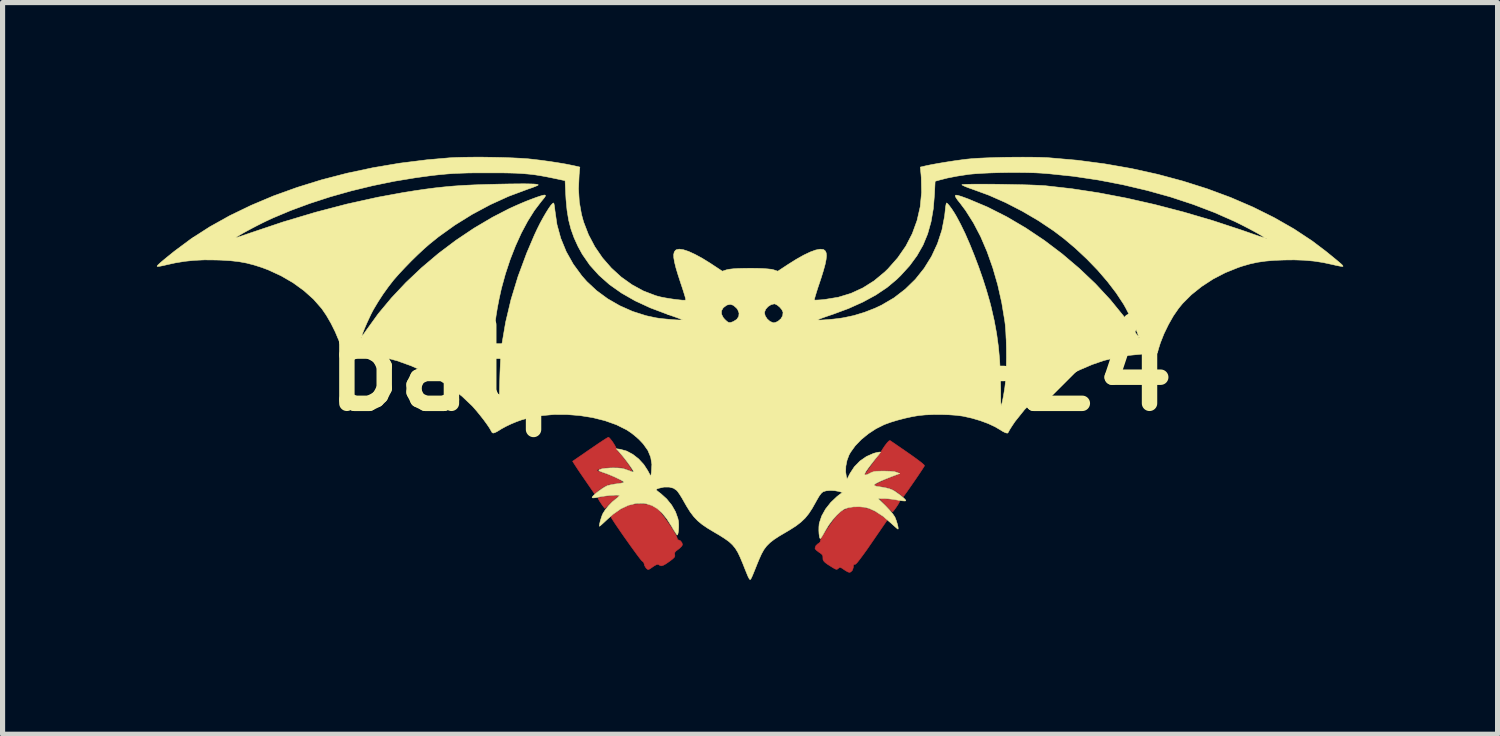
<source format=kicad_pcb>
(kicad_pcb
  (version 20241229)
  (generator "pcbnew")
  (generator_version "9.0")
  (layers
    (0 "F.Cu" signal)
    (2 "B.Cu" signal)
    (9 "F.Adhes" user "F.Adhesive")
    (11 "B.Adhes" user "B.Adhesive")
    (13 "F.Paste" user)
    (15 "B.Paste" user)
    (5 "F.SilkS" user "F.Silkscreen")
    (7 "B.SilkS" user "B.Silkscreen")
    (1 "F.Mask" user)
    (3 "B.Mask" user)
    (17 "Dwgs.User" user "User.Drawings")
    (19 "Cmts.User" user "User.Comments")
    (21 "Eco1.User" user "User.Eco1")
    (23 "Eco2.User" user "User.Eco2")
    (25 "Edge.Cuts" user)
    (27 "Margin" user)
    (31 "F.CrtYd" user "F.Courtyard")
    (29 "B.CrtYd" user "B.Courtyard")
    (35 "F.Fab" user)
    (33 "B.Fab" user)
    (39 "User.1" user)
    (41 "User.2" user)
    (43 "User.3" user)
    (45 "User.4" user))
  (footprint "batpacked-24"
    (layer "F.Cu")
    (at 11.531 4.101)
    (property "Reference" "batpacked-24" (at 0 0 0) (layer "F.SilkS") (effects (font (size 1.524 1.524) (thickness 0.3))))
    (attr through_hole)
    (fp_poly (pts (xy -2.549 2.489) (xy -2.601 2.526) (xy -2.642 2.559) (xy -2.693 2.607) (xy -2.735 2.648) (xy -2.777 2.691) (xy -2.809 2.721) (xy -2.823 2.732) (xy -2.835 2.718) (xy -2.862 2.683) (xy -2.896 2.635) (xy -2.896 2.634) (xy -2.929 2.585) (xy -2.95 2.547) (xy -2.956 2.529) (xy -2.956 2.529) (xy -2.932 2.52) (xy -2.882 2.511) (xy -2.818 2.501) (xy -2.747 2.494) (xy -2.68 2.489) (xy -2.645 2.488) (xy -2.549 2.489)) (stroke (width 0.01) (type solid)) (fill yes) (layer "F.Cu"))
    (fp_poly (pts (xy 2.595 2.546) (xy 2.66 2.552) (xy 2.704 2.556) (xy 2.778 2.564) (xy 2.84 2.571) (xy 2.88 2.574) (xy 2.89 2.575) (xy 2.907 2.589) (xy 2.908 2.594) (xy 2.899 2.616) (xy 2.876 2.656) (xy 2.845 2.703) (xy 2.813 2.748) (xy 2.786 2.784) (xy 2.769 2.8) (xy 2.768 2.8) (xy 2.752 2.787) (xy 2.719 2.754) (xy 2.672 2.708) (xy 2.64 2.675) (xy 2.59 2.623) (xy 2.552 2.58) (xy 2.531 2.553) (xy 2.528 2.546) (xy 2.548 2.544) (xy 2.595 2.546)) (stroke (width 0.01) (type solid)) (fill yes) (layer "F.Cu"))
    (fp_poly (pts (xy 2.18 2.708) (xy 2.324 2.747) (xy 2.471 2.819) (xy 2.617 2.92) (xy 2.666 2.959) (xy 2.371 3.388) (xy 2.274 3.529) (xy 2.192 3.642) (xy 2.128 3.728) (xy 2.082 3.786) (xy 2.053 3.815) (xy 2.045 3.818) (xy 2.018 3.825) (xy 2.012 3.832) (xy 2.009 3.858) (xy 2.006 3.884) (xy 1.989 3.935) (xy 1.957 3.968) (xy 1.929 3.976) (xy 1.899 3.966) (xy 1.854 3.941) (xy 1.825 3.921) (xy 1.78 3.891) (xy 1.753 3.879) (xy 1.733 3.884) (xy 1.716 3.898) (xy 1.696 3.914) (xy 1.675 3.917) (xy 1.645 3.905) (xy 1.596 3.876) (xy 1.59 3.872) (xy 1.512 3.823) (xy 1.461 3.786) (xy 1.431 3.754) (xy 1.417 3.724) (xy 1.416 3.691) (xy 1.414 3.655) (xy 1.398 3.628) (xy 1.361 3.598) (xy 1.34 3.585) (xy 1.296 3.552) (xy 1.267 3.521) (xy 1.262 3.506) (xy 1.278 3.459) (xy 1.317 3.421) (xy 1.336 3.411) (xy 1.362 3.386) (xy 1.366 3.368) (xy 1.37 3.349) (xy 1.382 3.321) (xy 1.405 3.281) (xy 1.441 3.224) (xy 1.492 3.147) (xy 1.56 3.047) (xy 1.596 2.995) (xy 1.676 2.889) (xy 1.747 2.816) (xy 1.785 2.786) (xy 1.909 2.727) (xy 2.041 2.701) (xy 2.18 2.708)) (stroke (width 0.01) (type solid)) (fill yes) (layer "F.Cu"))
    (fp_poly (pts (xy -2.734 1.362) (xy -2.705 1.396) (xy -2.671 1.441) (xy -2.64 1.49) (xy -2.615 1.533) (xy -2.604 1.561) (xy -2.605 1.566) (xy -2.6 1.584) (xy -2.576 1.617) (xy -2.546 1.651) (xy -2.503 1.7) (xy -2.457 1.758) (xy -2.41 1.82) (xy -2.367 1.881) (xy -2.332 1.936) (xy -2.308 1.978) (xy -2.298 2.003) (xy -2.304 2.006) (xy -2.402 1.967) (xy -2.482 1.943) (xy -2.558 1.932) (xy -2.643 1.93) (xy -2.698 1.932) (xy -2.794 1.941) (xy -2.875 1.953) (xy -2.936 1.968) (xy -2.971 1.984) (xy -2.978 1.994) (xy -2.962 2.005) (xy -2.921 2.022) (xy -2.864 2.042) (xy -2.856 2.045) (xy -2.774 2.073) (xy -2.693 2.105) (xy -2.618 2.138) (xy -2.555 2.17) (xy -2.51 2.197) (xy -2.488 2.216) (xy -2.489 2.224) (xy -2.519 2.233) (xy -2.571 2.242) (xy -2.623 2.248) (xy -2.739 2.268) (xy -2.835 2.306) (xy -2.927 2.367) (xy -2.943 2.381) (xy -3.023 2.448) (xy -3.239 2.134) (xy -3.302 2.042) (xy -3.357 1.96) (xy -3.401 1.893) (xy -3.432 1.844) (xy -3.448 1.818) (xy -3.449 1.815) (xy -3.432 1.804) (xy -3.394 1.777) (xy -3.34 1.74) (xy -3.302 1.714) (xy -3.156 1.613) (xy -3.036 1.531) (xy -2.941 1.466) (xy -2.867 1.417) (xy -2.814 1.383) (xy -2.778 1.361) (xy -2.757 1.35) (xy -2.752 1.349) (xy -2.734 1.362)) (stroke (width 0.01) (type solid)) (fill yes) (layer "F.Cu"))
    (fp_poly (pts (xy 2.741 1.426) (xy 2.785 1.456) (xy 2.849 1.5) (xy 2.929 1.555) (xy 3.021 1.618) (xy 3.071 1.653) (xy 3.185 1.733) (xy 3.276 1.8) (xy 3.342 1.851) (xy 3.381 1.886) (xy 3.391 1.903) (xy 3.378 1.925) (xy 3.35 1.969) (xy 3.309 2.031) (xy 3.26 2.104) (xy 3.206 2.183) (xy 3.15 2.264) (xy 3.097 2.34) (xy 3.05 2.408) (xy 3.011 2.461) (xy 2.986 2.495) (xy 2.978 2.504) (xy 2.961 2.493) (xy 2.927 2.467) (xy 2.908 2.451) (xy 2.823 2.389) (xy 2.734 2.346) (xy 2.629 2.319) (xy 2.571 2.31) (xy 2.504 2.3) (xy 2.452 2.292) (xy 2.423 2.286) (xy 2.42 2.285) (xy 2.43 2.274) (xy 2.466 2.254) (xy 2.521 2.226) (xy 2.588 2.194) (xy 2.66 2.162) (xy 2.732 2.132) (xy 2.789 2.111) (xy 2.85 2.087) (xy 2.895 2.066) (xy 2.915 2.051) (xy 2.916 2.048) (xy 2.886 2.029) (xy 2.827 2.013) (xy 2.742 2.002) (xy 2.639 1.997) (xy 2.605 1.997) (xy 2.514 1.999) (xy 2.446 2.005) (xy 2.388 2.019) (xy 2.331 2.039) (xy 2.228 2.081) (xy 2.334 1.929) (xy 2.385 1.857) (xy 2.435 1.788) (xy 2.477 1.731) (xy 2.494 1.709) (xy 2.526 1.667) (xy 2.545 1.636) (xy 2.549 1.628) (xy 2.558 1.609) (xy 2.583 1.57) (xy 2.618 1.518) (xy 2.624 1.509) (xy 2.668 1.452) (xy 2.702 1.419) (xy 2.721 1.413) (xy 2.741 1.426)) (stroke (width 0.01) (type solid)) (fill yes) (layer "F.Cu"))
    (fp_poly (pts (xy -2.06 2.649) (xy -1.974 2.661) (xy -1.939 2.67) (xy -1.879 2.697) (xy -1.818 2.731) (xy -1.812 2.735) (xy -1.781 2.764) (xy -1.738 2.815) (xy -1.686 2.882) (xy -1.629 2.96) (xy -1.572 3.042) (xy -1.519 3.123) (xy -1.473 3.196) (xy -1.439 3.256) (xy -1.421 3.297) (xy -1.419 3.307) (xy -1.408 3.339) (xy -1.39 3.346) (xy -1.354 3.361) (xy -1.325 3.397) (xy -1.314 3.438) (xy -1.328 3.465) (xy -1.363 3.501) (xy -1.394 3.526) (xy -1.44 3.561) (xy -1.462 3.587) (xy -1.467 3.615) (xy -1.464 3.631) (xy -1.462 3.658) (xy -1.472 3.682) (xy -1.5 3.71) (xy -1.55 3.75) (xy -1.56 3.757) (xy -1.636 3.81) (xy -1.691 3.84) (xy -1.729 3.849) (xy -1.755 3.84) (xy -1.757 3.838) (xy -1.784 3.821) (xy -1.819 3.825) (xy -1.867 3.852) (xy -1.895 3.871) (xy -1.943 3.905) (xy -1.973 3.92) (xy -1.995 3.916) (xy -2.018 3.895) (xy -2.025 3.887) (xy -2.05 3.846) (xy -2.058 3.812) (xy -2.073 3.775) (xy -2.095 3.759) (xy -2.112 3.742) (xy -2.146 3.7) (xy -2.193 3.638) (xy -2.25 3.56) (xy -2.314 3.472) (xy -2.382 3.376) (xy -2.451 3.279) (xy -2.517 3.184) (xy -2.578 3.095) (xy -2.63 3.018) (xy -2.67 2.956) (xy -2.695 2.915) (xy -2.702 2.899) (xy -2.689 2.879) (xy -2.652 2.848) (xy -2.598 2.809) (xy -2.534 2.768) (xy -2.467 2.729) (xy -2.404 2.697) (xy -2.353 2.675) (xy -2.345 2.672) (xy -2.259 2.655) (xy -2.16 2.647) (xy -2.06 2.649)) (stroke (width 0.01) (type solid)) (fill yes) (layer "F.Cu"))
    (fp_poly (pts (xy -2.549 2.489) (xy -2.601 2.526) (xy -2.642 2.559) (xy -2.693 2.607) (xy -2.735 2.648) (xy -2.777 2.691) (xy -2.809 2.721) (xy -2.823 2.732) (xy -2.835 2.718) (xy -2.862 2.683) (xy -2.896 2.635) (xy -2.896 2.634) (xy -2.929 2.585) (xy -2.95 2.547) (xy -2.956 2.529) (xy -2.956 2.529) (xy -2.932 2.52) (xy -2.882 2.511) (xy -2.818 2.501) (xy -2.747 2.494) (xy -2.68 2.489) (xy -2.645 2.488) (xy -2.549 2.489)) (stroke (width 0.01) (type solid)) (fill yes) (layer "F.Mask"))
    (fp_poly (pts (xy 2.595 2.546) (xy 2.66 2.552) (xy 2.704 2.556) (xy 2.778 2.564) (xy 2.84 2.571) (xy 2.88 2.574) (xy 2.89 2.575) (xy 2.907 2.589) (xy 2.908 2.594) (xy 2.899 2.616) (xy 2.876 2.656) (xy 2.845 2.703) (xy 2.813 2.748) (xy 2.786 2.784) (xy 2.769 2.8) (xy 2.768 2.8) (xy 2.752 2.787) (xy 2.719 2.754) (xy 2.672 2.708) (xy 2.64 2.675) (xy 2.59 2.623) (xy 2.552 2.58) (xy 2.531 2.553) (xy 2.528 2.546) (xy 2.548 2.544) (xy 2.595 2.546)) (stroke (width 0.01) (type solid)) (fill yes) (layer "F.Mask"))
    (fp_poly (pts (xy 2.18 2.708) (xy 2.324 2.747) (xy 2.471 2.819) (xy 2.617 2.92) (xy 2.666 2.959) (xy 2.371 3.388) (xy 2.274 3.529) (xy 2.192 3.642) (xy 2.128 3.728) (xy 2.082 3.786) (xy 2.053 3.815) (xy 2.045 3.818) (xy 2.018 3.825) (xy 2.012 3.832) (xy 2.009 3.858) (xy 2.006 3.884) (xy 1.989 3.935) (xy 1.957 3.968) (xy 1.929 3.976) (xy 1.899 3.966) (xy 1.854 3.941) (xy 1.825 3.921) (xy 1.78 3.891) (xy 1.753 3.879) (xy 1.733 3.884) (xy 1.716 3.898) (xy 1.696 3.914) (xy 1.675 3.917) (xy 1.645 3.905) (xy 1.596 3.876) (xy 1.59 3.872) (xy 1.512 3.823) (xy 1.461 3.786) (xy 1.431 3.754) (xy 1.417 3.724) (xy 1.416 3.691) (xy 1.414 3.655) (xy 1.398 3.628) (xy 1.361 3.598) (xy 1.34 3.585) (xy 1.296 3.552) (xy 1.267 3.521) (xy 1.262 3.506) (xy 1.278 3.459) (xy 1.317 3.421) (xy 1.336 3.411) (xy 1.362 3.386) (xy 1.366 3.368) (xy 1.37 3.349) (xy 1.382 3.321) (xy 1.405 3.281) (xy 1.441 3.224) (xy 1.492 3.147) (xy 1.56 3.047) (xy 1.596 2.995) (xy 1.676 2.889) (xy 1.747 2.816) (xy 1.785 2.786) (xy 1.909 2.727) (xy 2.041 2.701) (xy 2.18 2.708)) (stroke (width 0.01) (type solid)) (fill yes) (layer "F.Mask"))
    (fp_poly (pts (xy -2.734 1.362) (xy -2.705 1.396) (xy -2.671 1.441) (xy -2.64 1.49) (xy -2.615 1.533) (xy -2.604 1.561) (xy -2.605 1.566) (xy -2.6 1.584) (xy -2.576 1.617) (xy -2.546 1.651) (xy -2.503 1.7) (xy -2.457 1.758) (xy -2.41 1.82) (xy -2.367 1.881) (xy -2.332 1.936) (xy -2.308 1.978) (xy -2.298 2.003) (xy -2.304 2.006) (xy -2.402 1.967) (xy -2.482 1.943) (xy -2.558 1.932) (xy -2.643 1.93) (xy -2.698 1.932) (xy -2.794 1.941) (xy -2.875 1.953) (xy -2.936 1.968) (xy -2.971 1.984) (xy -2.978 1.994) (xy -2.962 2.005) (xy -2.921 2.022) (xy -2.864 2.042) (xy -2.856 2.045) (xy -2.774 2.073) (xy -2.693 2.105) (xy -2.618 2.138) (xy -2.555 2.17) (xy -2.51 2.197) (xy -2.488 2.216) (xy -2.489 2.224) (xy -2.519 2.233) (xy -2.571 2.242) (xy -2.623 2.248) (xy -2.739 2.268) (xy -2.835 2.306) (xy -2.927 2.367) (xy -2.943 2.381) (xy -3.023 2.448) (xy -3.239 2.134) (xy -3.302 2.042) (xy -3.357 1.96) (xy -3.401 1.893) (xy -3.432 1.844) (xy -3.448 1.818) (xy -3.449 1.815) (xy -3.432 1.804) (xy -3.394 1.777) (xy -3.34 1.74) (xy -3.302 1.714) (xy -3.156 1.613) (xy -3.036 1.531) (xy -2.941 1.466) (xy -2.867 1.417) (xy -2.814 1.383) (xy -2.778 1.361) (xy -2.757 1.35) (xy -2.752 1.349) (xy -2.734 1.362)) (stroke (width 0.01) (type solid)) (fill yes) (layer "F.Mask"))
    (fp_poly (pts (xy 2.741 1.426) (xy 2.785 1.456) (xy 2.849 1.5) (xy 2.929 1.555) (xy 3.021 1.618) (xy 3.071 1.653) (xy 3.185 1.733) (xy 3.276 1.8) (xy 3.342 1.851) (xy 3.381 1.886) (xy 3.391 1.903) (xy 3.378 1.925) (xy 3.35 1.969) (xy 3.309 2.031) (xy 3.26 2.104) (xy 3.206 2.183) (xy 3.15 2.264) (xy 3.097 2.34) (xy 3.05 2.408) (xy 3.011 2.461) (xy 2.986 2.495) (xy 2.978 2.504) (xy 2.961 2.493) (xy 2.927 2.467) (xy 2.908 2.451) (xy 2.823 2.389) (xy 2.734 2.346) (xy 2.629 2.319) (xy 2.571 2.31) (xy 2.504 2.3) (xy 2.452 2.292) (xy 2.423 2.286) (xy 2.42 2.285) (xy 2.43 2.274) (xy 2.466 2.254) (xy 2.521 2.226) (xy 2.588 2.194) (xy 2.66 2.162) (xy 2.732 2.132) (xy 2.789 2.111) (xy 2.85 2.087) (xy 2.895 2.066) (xy 2.915 2.051) (xy 2.916 2.048) (xy 2.886 2.029) (xy 2.827 2.013) (xy 2.742 2.002) (xy 2.639 1.997) (xy 2.605 1.997) (xy 2.514 1.999) (xy 2.446 2.005) (xy 2.388 2.019) (xy 2.331 2.039) (xy 2.228 2.081) (xy 2.334 1.929) (xy 2.385 1.857) (xy 2.435 1.788) (xy 2.477 1.731) (xy 2.494 1.709) (xy 2.526 1.667) (xy 2.545 1.636) (xy 2.549 1.628) (xy 2.558 1.609) (xy 2.583 1.57) (xy 2.618 1.518) (xy 2.624 1.509) (xy 2.668 1.452) (xy 2.702 1.419) (xy 2.721 1.413) (xy 2.741 1.426)) (stroke (width 0.01) (type solid)) (fill yes) (layer "F.Mask"))
    (fp_poly (pts (xy -2.06 2.649) (xy -1.974 2.661) (xy -1.939 2.67) (xy -1.879 2.697) (xy -1.818 2.731) (xy -1.812 2.735) (xy -1.781 2.764) (xy -1.738 2.815) (xy -1.686 2.882) (xy -1.629 2.96) (xy -1.572 3.042) (xy -1.519 3.123) (xy -1.473 3.196) (xy -1.439 3.256) (xy -1.421 3.297) (xy -1.419 3.307) (xy -1.408 3.339) (xy -1.39 3.346) (xy -1.354 3.361) (xy -1.325 3.397) (xy -1.314 3.438) (xy -1.328 3.465) (xy -1.363 3.501) (xy -1.394 3.526) (xy -1.44 3.561) (xy -1.462 3.587) (xy -1.467 3.615) (xy -1.464 3.631) (xy -1.462 3.658) (xy -1.472 3.682) (xy -1.5 3.71) (xy -1.55 3.75) (xy -1.56 3.757) (xy -1.636 3.81) (xy -1.691 3.84) (xy -1.729 3.849) (xy -1.755 3.84) (xy -1.757 3.838) (xy -1.784 3.821) (xy -1.819 3.825) (xy -1.867 3.852) (xy -1.895 3.871) (xy -1.943 3.905) (xy -1.973 3.92) (xy -1.995 3.916) (xy -2.018 3.895) (xy -2.025 3.887) (xy -2.05 3.846) (xy -2.058 3.812) (xy -2.073 3.775) (xy -2.095 3.759) (xy -2.112 3.742) (xy -2.146 3.7) (xy -2.193 3.638) (xy -2.25 3.56) (xy -2.314 3.472) (xy -2.382 3.376) (xy -2.451 3.279) (xy -2.517 3.184) (xy -2.578 3.095) (xy -2.63 3.018) (xy -2.67 2.956) (xy -2.695 2.915) (xy -2.702 2.899) (xy -2.689 2.879) (xy -2.652 2.848) (xy -2.598 2.809) (xy -2.534 2.768) (xy -2.467 2.729) (xy -2.404 2.697) (xy -2.353 2.675) (xy -2.345 2.672) (xy -2.259 2.655) (xy -2.16 2.647) (xy -2.06 2.649)) (stroke (width 0.01) (type solid)) (fill yes) (layer "F.Mask"))
    (fp_poly (pts (xy 5.476 -4.095) (xy 5.634 -4.092) (xy 5.77 -4.087) (xy 5.824 -4.083) (xy 6.363 -4.036) (xy 6.894 -3.966) (xy 7.414 -3.875) (xy 7.921 -3.763) (xy 8.413 -3.631) (xy 8.887 -3.481) (xy 9.343 -3.312) (xy 9.777 -3.125) (xy 10.187 -2.921) (xy 10.571 -2.702) (xy 10.927 -2.467) (xy 11.194 -2.265) (xy 11.301 -2.178) (xy 11.383 -2.111) (xy 11.444 -2.06) (xy 11.486 -2.024) (xy 11.512 -1.999) (xy 11.524 -1.983) (xy 11.526 -1.974) (xy 11.525 -1.972) (xy 11.504 -1.972) (xy 11.457 -1.979) (xy 11.392 -1.992) (xy 11.332 -2.006) (xy 11.143 -2.047) (xy 10.962 -2.075) (xy 10.776 -2.092) (xy 10.576 -2.099) (xy 10.388 -2.097) (xy 10.192 -2.09) (xy 10.021 -2.075) (xy 9.867 -2.053) (xy 9.72 -2.021) (xy 9.571 -1.978) (xy 9.49 -1.951) (xy 9.239 -1.85) (xy 9 -1.726) (xy 8.779 -1.582) (xy 8.58 -1.423) (xy 8.408 -1.251) (xy 8.33 -1.156) (xy 8.229 -1.01) (xy 8.133 -0.841) (xy 8.046 -0.662) (xy 7.976 -0.485) (xy 7.944 -0.384) (xy 7.917 -0.287) (xy 7.615 -0.267) (xy 7.349 -0.241) (xy 7.106 -0.2) (xy 6.875 -0.142) (xy 6.649 -0.064) (xy 6.415 0.036) (xy 6.362 0.061) (xy 6.062 0.222) (xy 5.792 0.4) (xy 5.551 0.596) (xy 5.337 0.81) (xy 5.15 1.044) (xy 5.104 1.112) (xy 5.067 1.169) (xy 5.038 1.217) (xy 5.023 1.247) (xy 5.022 1.248) (xy 5.008 1.268) (xy 4.981 1.266) (xy 4.964 1.261) (xy 4.915 1.237) (xy 4.872 1.21) (xy 4.764 1.146) (xy 4.629 1.083) (xy 4.475 1.026) (xy 4.312 0.978) (xy 4.147 0.941) (xy 4.125 0.937) (xy 4.007 0.922) (xy 3.865 0.912) (xy 3.71 0.907) (xy 3.555 0.908) (xy 3.409 0.914) (xy 3.284 0.926) (xy 3.276 0.927) (xy 3.148 0.949) (xy 3.008 0.98) (xy 2.866 1.017) (xy 2.734 1.057) (xy 2.624 1.097) (xy 2.608 1.103) (xy 2.448 1.183) (xy 2.297 1.282) (xy 2.16 1.394) (xy 2.044 1.515) (xy 1.954 1.64) (xy 1.924 1.693) (xy 1.885 1.797) (xy 1.862 1.911) (xy 1.858 2.021) (xy 1.87 2.102) (xy 1.886 2.163) (xy 1.944 2.05) (xy 2.027 1.923) (xy 2.135 1.812) (xy 2.261 1.724) (xy 2.399 1.663) (xy 2.454 1.648) (xy 2.501 1.639) (xy 2.531 1.636) (xy 2.536 1.637) (xy 2.528 1.652) (xy 2.504 1.685) (xy 2.476 1.719) (xy 2.436 1.768) (xy 2.385 1.834) (xy 2.33 1.906) (xy 2.307 1.936) (xy 2.256 2.008) (xy 2.23 2.055) (xy 2.228 2.08) (xy 2.252 2.082) (xy 2.3 2.063) (xy 2.333 2.046) (xy 2.372 2.028) (xy 2.412 2.016) (xy 2.462 2.009) (xy 2.532 2.007) (xy 2.601 2.006) (xy 2.716 2.009) (xy 2.802 2.017) (xy 2.852 2.03) (xy 2.91 2.054) (xy 2.738 2.119) (xy 2.621 2.166) (xy 2.526 2.207) (xy 2.457 2.241) (xy 2.417 2.268) (xy 2.409 2.276) (xy 2.418 2.289) (xy 2.451 2.3) (xy 2.465 2.303) (xy 2.574 2.32) (xy 2.656 2.336) (xy 2.718 2.353) (xy 2.767 2.373) (xy 2.812 2.398) (xy 2.829 2.41) (xy 2.914 2.471) (xy 2.977 2.522) (xy 3.016 2.559) (xy 3.028 2.582) (xy 3.026 2.585) (xy 3.004 2.588) (xy 2.956 2.584) (xy 2.892 2.575) (xy 2.86 2.569) (xy 2.773 2.555) (xy 2.684 2.545) (xy 2.609 2.54) (xy 2.598 2.54) (xy 2.489 2.54) (xy 2.637 2.686) (xy 2.71 2.763) (xy 2.77 2.834) (xy 2.81 2.892) (xy 2.819 2.909) (xy 2.841 2.966) (xy 2.86 3.026) (xy 2.874 3.08) (xy 2.88 3.12) (xy 2.876 3.135) (xy 2.875 3.135) (xy 2.859 3.124) (xy 2.823 3.093) (xy 2.774 3.049) (xy 2.741 3.019) (xy 2.589 2.888) (xy 2.438 2.789) (xy 2.315 2.732) (xy 2.224 2.709) (xy 2.118 2.699) (xy 2.009 2.702) (xy 1.908 2.718) (xy 1.829 2.746) (xy 1.76 2.793) (xy 1.682 2.866) (xy 1.603 2.957) (xy 1.528 3.058) (xy 1.467 3.158) (xy 1.43 3.223) (xy 1.398 3.277) (xy 1.375 3.311) (xy 1.367 3.319) (xy 1.356 3.31) (xy 1.347 3.275) (xy 1.34 3.222) (xy 1.337 3.158) (xy 1.338 3.093) (xy 1.343 3.035) (xy 1.347 3.015) (xy 1.392 2.88) (xy 1.467 2.745) (xy 1.568 2.617) (xy 1.69 2.501) (xy 1.734 2.467) (xy 1.796 2.422) (xy 1.725 2.402) (xy 1.644 2.387) (xy 1.558 2.383) (xy 1.479 2.39) (xy 1.42 2.408) (xy 1.385 2.437) (xy 1.343 2.493) (xy 1.293 2.579) (xy 1.279 2.605) (xy 1.208 2.731) (xy 1.14 2.835) (xy 1.069 2.922) (xy 0.988 2.999) (xy 0.892 3.073) (xy 0.773 3.149) (xy 0.692 3.197) (xy 0.565 3.272) (xy 0.464 3.338) (xy 0.385 3.4) (xy 0.321 3.464) (xy 0.268 3.535) (xy 0.221 3.62) (xy 0.174 3.725) (xy 0.141 3.805) (xy 0.097 3.915) (xy 0.064 3.996) (xy 0.04 4.053) (xy 0.023 4.089) (xy 0.011 4.109) (xy 0.002 4.116) (xy 0 4.117) (xy -0.015 4.102) (xy -0.034 4.068) (xy -0.034 4.068) (xy -0.049 4.034) (xy -0.073 3.975) (xy -0.104 3.899) (xy -0.137 3.815) (xy -0.141 3.805) (xy -0.191 3.686) (xy -0.237 3.589) (xy -0.286 3.509) (xy -0.342 3.441) (xy -0.41 3.378) (xy -0.497 3.316) (xy -0.606 3.247) (xy -0.692 3.197) (xy -0.825 3.117) (xy -0.931 3.045) (xy -1.019 2.972) (xy -1.094 2.893) (xy -1.164 2.801) (xy -1.234 2.689) (xy -1.282 2.605) (xy -1.325 2.529) (xy -1.368 2.46) (xy -1.405 2.407) (xy -1.425 2.383) (xy -1.489 2.339) (xy -1.574 2.317) (xy -1.672 2.317) (xy -1.777 2.341) (xy -1.799 2.349) (xy -1.819 2.358) (xy -1.825 2.369) (xy -1.811 2.386) (xy -1.775 2.415) (xy -1.734 2.446) (xy -1.621 2.548) (xy -1.524 2.668) (xy -1.45 2.797) (xy -1.403 2.928) (xy -1.392 2.982) (xy -1.388 3.037) (xy -1.388 3.1) (xy -1.392 3.161) (xy -1.399 3.212) (xy -1.409 3.244) (xy -1.418 3.25) (xy -1.432 3.232) (xy -1.459 3.191) (xy -1.496 3.132) (xy -1.526 3.08) (xy -1.62 2.933) (xy -1.713 2.818) (xy -1.808 2.733) (xy -1.908 2.675) (xy -2.016 2.642) (xy -2.074 2.633) (xy -2.22 2.636) (xy -2.365 2.671) (xy -2.511 2.74) (xy -2.658 2.842) (xy -2.762 2.932) (xy -2.822 2.988) (xy -2.873 3.035) (xy -2.909 3.067) (xy -2.926 3.08) (xy -2.93 3.068) (xy -2.925 3.033) (xy -2.913 2.982) (xy -2.896 2.925) (xy -2.878 2.871) (xy -2.86 2.83) (xy -2.814 2.758) (xy -2.75 2.679) (xy -2.678 2.605) (xy -2.617 2.554) (xy -2.574 2.521) (xy -2.546 2.493) (xy -2.54 2.483) (xy -2.556 2.476) (xy -2.599 2.474) (xy -2.662 2.477) (xy -2.737 2.482) (xy -2.816 2.491) (xy -2.892 2.502) (xy -2.957 2.514) (xy -2.958 2.515) (xy -3.014 2.525) (xy -3.055 2.528) (xy -3.071 2.524) (xy -3.066 2.507) (xy -3.038 2.476) (xy -2.994 2.436) (xy -2.939 2.393) (xy -2.88 2.351) (xy -2.824 2.315) (xy -2.776 2.291) (xy -2.762 2.286) (xy -2.703 2.272) (xy -2.627 2.258) (xy -2.569 2.251) (xy -2.51 2.242) (xy -2.468 2.232) (xy -2.452 2.222) (xy -2.452 2.222) (xy -2.468 2.207) (xy -2.508 2.182) (xy -2.568 2.152) (xy -2.639 2.118) (xy -2.714 2.086) (xy -2.787 2.057) (xy -2.842 2.038) (xy -2.895 2.019) (xy -2.932 2.003) (xy -2.943 1.994) (xy -2.926 1.977) (xy -2.881 1.963) (xy -2.811 1.952) (xy -2.723 1.946) (xy -2.66 1.944) (xy -2.569 1.946) (xy -2.501 1.952) (xy -2.444 1.965) (xy -2.384 1.986) (xy -2.379 1.988) (xy -2.323 2.009) (xy -2.282 2.022) (xy -2.264 2.024) (xy -2.269 2.006) (xy -2.292 1.966) (xy -2.329 1.911) (xy -2.376 1.845) (xy -2.429 1.775) (xy -2.484 1.706) (xy -2.537 1.644) (xy -2.548 1.631) (xy -2.601 1.572) (xy -2.522 1.583) (xy -2.4 1.617) (xy -2.28 1.681) (xy -2.166 1.77) (xy -2.066 1.879) (xy -1.99 1.996) (xy -1.93 2.108) (xy -1.918 2.026) (xy -1.909 1.875) (xy -1.932 1.736) (xy -1.987 1.604) (xy -2.076 1.479) (xy -2.16 1.39) (xy -2.23 1.329) (xy -2.307 1.267) (xy -2.379 1.218) (xy -2.401 1.204) (xy -2.598 1.106) (xy -2.82 1.027) (xy -3.059 0.967) (xy -3.311 0.927) (xy -3.568 0.907) (xy -3.825 0.908) (xy -4.076 0.931) (xy -4.315 0.976) (xy -4.441 1.011) (xy -4.539 1.046) (xy -4.645 1.09) (xy -4.746 1.138) (xy -4.832 1.185) (xy -4.872 1.21) (xy -4.921 1.24) (xy -4.963 1.26) (xy -4.996 1.268) (xy -5.016 1.256) (xy -5.036 1.221) (xy -5.067 1.167) (xy -5.116 1.095) (xy -5.178 1.01) (xy -5.248 0.921) (xy -5.32 0.833) (xy -5.388 0.755) (xy -5.405 0.737) (xy -5.598 0.554) (xy -5.818 0.382) (xy -6.061 0.223) (xy -6.32 0.082) (xy -6.589 -0.04) (xy -6.862 -0.138) (xy -7.133 -0.208) (xy -7.138 -0.209) (xy -7.218 -0.223) (xy -7.322 -0.238) (xy -7.439 -0.251) (xy -7.558 -0.262) (xy -7.615 -0.267) (xy -7.917 -0.287) (xy -7.944 -0.384) (xy -7.995 -0.536) (xy -8.017 -0.587) (xy -7.567 -0.587) (xy -7.559 -0.578) (xy -7.55 -0.587) (xy -7.559 -0.596) (xy -7.567 -0.587) (xy -8.017 -0.587) (xy -8.064 -0.699) (xy -8.146 -0.864) (xy -8.235 -1.018) (xy -8.325 -1.15) (xy -8.33 -1.156) (xy -8.487 -1.335) (xy -8.674 -1.502) (xy -8.885 -1.655) (xy -9.116 -1.789) (xy -9.363 -1.903) (xy -9.49 -1.951) (xy -9.644 -2) (xy -9.791 -2.038) (xy -9.94 -2.065) (xy -10.102 -2.083) (xy -10.284 -2.094) (xy -10.388 -2.097) (xy -10.608 -2.099) (xy -10.806 -2.09) (xy -10.99 -2.071) (xy -11.172 -2.041) (xy -11.332 -2.006) (xy -11.407 -1.988) (xy -11.469 -1.976) (xy -11.511 -1.971) (xy -11.525 -1.972) (xy -11.526 -1.979) (xy -11.518 -1.992) (xy -11.497 -2.013) (xy -11.462 -2.045) (xy -11.409 -2.09) (xy -11.335 -2.151) (xy -11.237 -2.23) (xy -11.194 -2.265) (xy -10.863 -2.511) (xy -10.833 -2.53) (xy -9.998 -2.53) (xy -9.981 -2.534) (xy -9.936 -2.547) (xy -9.869 -2.569) (xy -9.786 -2.598) (xy -9.722 -2.62) (xy -9.08 -2.836) (xy -8.454 -3.023) (xy -7.843 -3.183) (xy -7.242 -3.316) (xy -6.753 -3.406) (xy -6.529 -3.442) (xy -6.325 -3.472) (xy -6.135 -3.497) (xy -5.95 -3.517) (xy -5.765 -3.534) (xy -5.572 -3.547) (xy -5.365 -3.557) (xy -5.136 -3.565) (xy -4.896 -3.571) (xy -4.695 -3.575) (xy -4.527 -3.577) (xy -4.39 -3.578) (xy -4.284 -3.576) (xy -4.205 -3.574) (xy -4.152 -3.569) (xy -4.123 -3.562) (xy -4.117 -3.556) (xy -4.132 -3.545) (xy -4.175 -3.527) (xy -4.239 -3.502) (xy -4.319 -3.475) (xy -4.34 -3.467) (xy -4.694 -3.335) (xy -5.05 -3.173) (xy -5.401 -2.985) (xy -5.738 -2.776) (xy -6.056 -2.548) (xy -6.236 -2.403) (xy -6.342 -2.31) (xy -6.462 -2.198) (xy -6.587 -2.076) (xy -6.709 -1.95) (xy -6.821 -1.831) (xy -6.915 -1.724) (xy -6.929 -1.708) (xy -7.03 -1.578) (xy -7.135 -1.432) (xy -7.233 -1.281) (xy -7.318 -1.139) (xy -7.337 -1.104) (xy -7.372 -1.036) (xy -7.409 -0.957) (xy -7.447 -0.875) (xy -7.482 -0.794) (xy -7.512 -0.722) (xy -7.534 -0.665) (xy -7.545 -0.629) (xy -7.545 -0.62) (xy -7.533 -0.63) (xy -7.507 -0.664) (xy -7.471 -0.714) (xy -7.454 -0.739) (xy -7.229 -1.051) (xy -6.973 -1.358) (xy -6.691 -1.658) (xy -6.385 -1.947) (xy -6.06 -2.222) (xy -5.719 -2.479) (xy -5.367 -2.715) (xy -5.008 -2.927) (xy -4.686 -3.093) (xy -4.577 -3.143) (xy -4.463 -3.193) (xy -4.351 -3.24) (xy -4.244 -3.281) (xy -4.15 -3.316) (xy -4.072 -3.342) (xy -4.017 -3.357) (xy -3.991 -3.36) (xy -3.978 -3.354) (xy -3.98 -3.338) (xy -3.999 -3.308) (xy -4.039 -3.259) (xy -4.062 -3.231) (xy -4.195 -3.056) (xy -4.323 -2.852) (xy -4.446 -2.622) (xy -4.56 -2.371) (xy -4.664 -2.105) (xy -4.756 -1.827) (xy -4.834 -1.543) (xy -4.879 -1.34) (xy -4.912 -1.169) (xy -4.937 -1.016) (xy -4.956 -0.871) (xy -4.969 -0.727) (xy -4.977 -0.572) (xy -4.981 -0.399) (xy -4.982 -0.245) (xy -4.982 -0.097) (xy -4.981 0.025) (xy -4.978 0.127) (xy -4.972 0.218) (xy -4.963 0.306) (xy -4.95 0.398) (xy -4.933 0.502) (xy -4.91 0.626) (xy -4.909 0.631) (xy -4.879 0.797) (xy -4.867 0.28) (xy -4.862 0.101) (xy -4.855 -0.066) (xy -4.847 -0.214) (xy -4.838 -0.339) (xy -4.829 -0.435) (xy -4.827 -0.447) (xy -4.752 -0.887) (xy -4.647 -1.329) (xy -4.511 -1.776) (xy -4.343 -2.229) (xy -4.193 -2.581) (xy -4.138 -2.699) (xy -4.08 -2.815) (xy -4.021 -2.923) (xy -3.965 -3.019) (xy -3.914 -3.1) (xy -3.871 -3.161) (xy -3.837 -3.197) (xy -3.82 -3.206) (xy -3.812 -3.19) (xy -3.804 -3.147) (xy -3.796 -3.085) (xy -3.794 -3.064) (xy -3.754 -2.787) (xy -3.68 -2.518) (xy -3.574 -2.26) (xy -3.437 -2.016) (xy -3.27 -1.788) (xy -3.173 -1.678) (xy -2.983 -1.501) (xy -2.768 -1.343) (xy -2.533 -1.208) (xy -2.283 -1.097) (xy -2.022 -1.014) (xy -1.831 -0.973) (xy -1.765 -0.963) (xy -1.687 -0.954) (xy -1.602 -0.946) (xy -1.518 -0.938) (xy -1.44 -0.933) (xy -1.376 -0.93) (xy -1.332 -0.93) (xy -1.314 -0.933) (xy -1.315 -0.934) (xy -1.334 -0.943) (xy -1.38 -0.961) (xy -1.449 -0.986) (xy -1.534 -1.016) (xy -1.612 -1.043) (xy -1.619 -1.046) (xy -0.556 -1.046) (xy -0.522 -0.978) (xy -0.493 -0.944) (xy -0.447 -0.901) (xy -0.414 -0.881) (xy -0.38 -0.881) (xy -0.334 -0.897) (xy -0.326 -0.9) (xy -0.258 -0.943) (xy -0.22 -1) (xy -0.214 -1.065) (xy -0.215 -1.067) (xy 0.28 -1.067) (xy 0.295 -1.009) (xy 0.333 -0.951) (xy 0.386 -0.904) (xy 0.443 -0.879) (xy 0.462 -0.876) (xy 0.499 -0.885) (xy 0.542 -0.905) (xy 0.576 -0.933) (xy 1.314 -0.933) (xy 1.33 -0.929) (xy 1.374 -0.929) (xy 1.44 -0.933) (xy 1.521 -0.939) (xy 1.61 -0.947) (xy 1.7 -0.957) (xy 1.785 -0.969) (xy 1.822 -0.975) (xy 2.018 -1.017) (xy 2.225 -1.08) (xy 2.428 -1.159) (xy 2.556 -1.219) (xy 2.798 -1.361) (xy 3.017 -1.53) (xy 3.213 -1.721) (xy 3.384 -1.935) (xy 3.528 -2.167) (xy 3.643 -2.415) (xy 3.729 -2.677) (xy 3.782 -2.951) (xy 3.794 -3.064) (xy 3.801 -3.13) (xy 3.81 -3.179) (xy 3.818 -3.204) (xy 3.82 -3.206) (xy 3.841 -3.191) (xy 3.875 -3.151) (xy 3.919 -3.092) (xy 3.968 -3.017) (xy 4.011 -2.945) (xy 4.093 -2.791) (xy 4.181 -2.61) (xy 4.27 -2.406) (xy 4.358 -2.188) (xy 4.444 -1.961) (xy 4.524 -1.732) (xy 4.596 -1.506) (xy 4.658 -1.291) (xy 4.686 -1.183) (xy 4.746 -0.92) (xy 4.793 -0.665) (xy 4.828 -0.409) (xy 4.852 -0.145) (xy 4.866 0.137) (xy 4.872 0.42) (xy 4.872 0.54) (xy 4.873 0.628) (xy 4.875 0.687) (xy 4.878 0.72) (xy 4.881 0.731) (xy 4.886 0.724) (xy 4.893 0.7) (xy 4.898 0.683) (xy 4.91 0.625) (xy 4.926 0.545) (xy 4.941 0.453) (xy 4.952 0.385) (xy 4.965 0.272) (xy 4.975 0.132) (xy 4.981 -0.028) (xy 4.984 -0.199) (xy 4.983 -0.373) (xy 4.979 -0.544) (xy 4.976 -0.587) (xy 7.55 -0.587) (xy 7.559 -0.578) (xy 7.567 -0.587) (xy 7.559 -0.596) (xy 7.55 -0.587) (xy 4.976 -0.587) (xy 4.971 -0.702) (xy 4.96 -0.841) (xy 4.951 -0.911) (xy 4.892 -1.269) (xy 4.814 -1.615) (xy 4.718 -1.946) (xy 4.607 -2.26) (xy 4.482 -2.552) (xy 4.342 -2.819) (xy 4.191 -3.058) (xy 4.09 -3.193) (xy 4.034 -3.263) (xy 4 -3.314) (xy 3.988 -3.345) (xy 4 -3.358) (xy 4.038 -3.353) (xy 4.105 -3.333) (xy 4.201 -3.298) (xy 4.242 -3.283) (xy 4.615 -3.126) (xy 4.989 -2.937) (xy 5.358 -2.72) (xy 5.72 -2.478) (xy 6.069 -2.214) (xy 6.401 -1.932) (xy 6.714 -1.635) (xy 7.002 -1.325) (xy 7.262 -1.006) (xy 7.402 -0.812) (xy 7.45 -0.743) (xy 7.491 -0.684) (xy 7.522 -0.641) (xy 7.537 -0.622) (xy 7.547 -0.618) (xy 7.543 -0.642) (xy 7.527 -0.687) (xy 7.502 -0.749) (xy 7.469 -0.825) (xy 7.431 -0.909) (xy 7.389 -0.996) (xy 7.345 -1.082) (xy 7.303 -1.163) (xy 7.263 -1.234) (xy 7.259 -1.241) (xy 7.118 -1.455) (xy 6.949 -1.676) (xy 6.758 -1.898) (xy 6.547 -2.116) (xy 6.324 -2.325) (xy 6.1 -2.514) (xy 10.02 -2.514) (xy 10.029 -2.505) (xy 10.037 -2.514) (xy 10.029 -2.522) (xy 10.02 -2.514) (xy 6.1 -2.514) (xy 6.092 -2.52) (xy 5.903 -2.663) (xy 5.607 -2.861) (xy 5.293 -3.045) (xy 4.969 -3.212) (xy 4.643 -3.356) (xy 4.34 -3.467) (xy 4.258 -3.496) (xy 4.189 -3.522) (xy 4.141 -3.544) (xy 4.118 -3.558) (xy 4.117 -3.56) (xy 4.133 -3.564) (xy 4.181 -3.567) (xy 4.256 -3.569) (xy 4.353 -3.571) (xy 4.469 -3.571) (xy 4.599 -3.571) (xy 4.74 -3.57) (xy 4.887 -3.568) (xy 5.036 -3.565) (xy 5.183 -3.562) (xy 5.324 -3.559) (xy 5.455 -3.555) (xy 5.572 -3.55) (xy 5.671 -3.545) (xy 5.747 -3.54) (xy 5.754 -3.539) (xy 6.258 -3.482) (xy 6.781 -3.402) (xy 7.32 -3.299) (xy 7.871 -3.174) (xy 8.428 -3.029) (xy 8.987 -2.865) (xy 9.543 -2.682) (xy 9.721 -2.62) (xy 9.812 -2.588) (xy 9.89 -2.561) (xy 9.951 -2.542) (xy 9.989 -2.531) (xy 9.998 -2.53) (xy 9.987 -2.541) (xy 9.95 -2.566) (xy 9.89 -2.602) (xy 9.812 -2.645) (xy 9.721 -2.694) (xy 9.621 -2.746) (xy 9.517 -2.799) (xy 9.421 -2.846) (xy 9.032 -3.018) (xy 8.615 -3.177) (xy 8.175 -3.322) (xy 7.718 -3.449) (xy 7.247 -3.56) (xy 6.769 -3.652) (xy 6.287 -3.724) (xy 5.808 -3.774) (xy 5.668 -3.785) (xy 5.535 -3.792) (xy 5.381 -3.796) (xy 5.213 -3.798) (xy 5.036 -3.798) (xy 4.859 -3.795) (xy 4.687 -3.79) (xy 4.526 -3.783) (xy 4.385 -3.774) (xy 4.269 -3.764) (xy 4.226 -3.758) (xy 4.018 -3.726) (xy 3.835 -3.69) (xy 3.686 -3.652) (xy 3.597 -3.627) (xy 3.585 -3.377) (xy 3.562 -3.095) (xy 3.518 -2.839) (xy 3.452 -2.604) (xy 3.362 -2.386) (xy 3.245 -2.181) (xy 3.101 -1.985) (xy 2.927 -1.794) (xy 2.849 -1.718) (xy 2.662 -1.562) (xy 2.444 -1.416) (xy 2.194 -1.28) (xy 1.911 -1.153) (xy 1.595 -1.036) (xy 1.563 -1.026) (xy 1.476 -0.996) (xy 1.403 -0.97) (xy 1.348 -0.95) (xy 1.318 -0.936) (xy 1.314 -0.933) (xy 0.576 -0.933) (xy 0.599 -0.953) (xy 0.634 -1.014) (xy 0.641 -1.078) (xy 0.639 -1.086) (xy 0.618 -1.131) (xy 0.578 -1.179) (xy 0.53 -1.219) (xy 0.485 -1.242) (xy 0.471 -1.244) (xy 0.409 -1.229) (xy 0.35 -1.192) (xy 0.304 -1.14) (xy 0.281 -1.082) (xy 0.28 -1.067) (xy -0.215 -1.067) (xy -0.241 -1.134) (xy -0.263 -1.162) (xy -0.324 -1.216) (xy -0.384 -1.235) (xy -0.446 -1.222) (xy -0.455 -1.218) (xy -0.521 -1.169) (xy -0.555 -1.11) (xy -0.556 -1.046) (xy -1.619 -1.046) (xy -1.94 -1.167) (xy -2.236 -1.304) (xy -2.5 -1.455) (xy -2.734 -1.62) (xy -2.938 -1.801) (xy -3.114 -1.996) (xy -3.261 -2.208) (xy -3.345 -2.361) (xy -3.422 -2.53) (xy -3.482 -2.698) (xy -3.527 -2.873) (xy -3.558 -3.063) (xy -3.578 -3.275) (xy -3.584 -3.383) (xy -3.596 -3.639) (xy -3.817 -3.686) (xy -3.95 -3.713) (xy -4.07 -3.735) (xy -4.183 -3.753) (xy -4.295 -3.766) (xy -4.411 -3.776) (xy -4.537 -3.784) (xy -4.679 -3.788) (xy -4.843 -3.791) (xy -5.035 -3.791) (xy -5.098 -3.791) (xy -5.299 -3.791) (xy -5.474 -3.789) (xy -5.627 -3.784) (xy -5.768 -3.778) (xy -5.904 -3.768) (xy -6.041 -3.755) (xy -6.187 -3.739) (xy -6.35 -3.717) (xy -6.508 -3.695) (xy -6.921 -3.627) (xy -7.338 -3.541) (xy -7.754 -3.44) (xy -8.162 -3.325) (xy -8.556 -3.197) (xy -8.93 -3.059) (xy -9.278 -2.913) (xy -9.407 -2.853) (xy -9.491 -2.812) (xy -9.582 -2.766) (xy -9.676 -2.717) (xy -9.766 -2.669) (xy -9.848 -2.624) (xy -9.917 -2.584) (xy -9.968 -2.554) (xy -9.995 -2.535) (xy -9.998 -2.53) (xy -10.833 -2.53) (xy -10.503 -2.742) (xy -10.116 -2.958) (xy -9.702 -3.158) (xy -9.266 -3.342) (xy -8.808 -3.507) (xy -8.331 -3.655) (xy -7.838 -3.783) (xy -7.33 -3.891) (xy -6.81 -3.979) (xy -6.28 -4.045) (xy -5.844 -4.083) (xy -5.711 -4.09) (xy -5.552 -4.094) (xy -5.375 -4.096) (xy -5.186 -4.096) (xy -4.993 -4.093) (xy -4.802 -4.089) (xy -4.621 -4.082) (xy -4.456 -4.074) (xy -4.315 -4.064) (xy -4.239 -4.056) (xy -4.071 -4.036) (xy -3.901 -4.013) (xy -3.738 -3.988) (xy -3.589 -3.963) (xy -3.465 -3.938) (xy -3.43 -3.931) (xy -3.309 -3.903) (xy -3.323 -3.751) (xy -3.335 -3.481) (xy -3.32 -3.227) (xy -3.277 -2.984) (xy -3.237 -2.838) (xy -3.141 -2.589) (xy -3.017 -2.354) (xy -2.868 -2.137) (xy -2.696 -1.94) (xy -2.504 -1.765) (xy -2.295 -1.616) (xy -2.071 -1.494) (xy -1.835 -1.404) (xy -1.8 -1.394) (xy -1.734 -1.377) (xy -1.652 -1.361) (xy -1.563 -1.346) (xy -1.474 -1.333) (xy -1.39 -1.323) (xy -1.32 -1.316) (xy -1.271 -1.315) (xy -1.25 -1.319) (xy -1.252 -1.338) (xy -1.264 -1.385) (xy -1.285 -1.454) (xy -1.312 -1.54) (xy -1.345 -1.638) (xy -1.346 -1.641) (xy -1.4 -1.807) (xy -1.441 -1.943) (xy -1.468 -2.053) (xy -1.483 -2.139) (xy -1.485 -2.204) (xy -1.474 -2.251) (xy -1.452 -2.283) (xy -1.434 -2.296) (xy -1.377 -2.308) (xy -1.297 -2.297) (xy -1.194 -2.263) (xy -1.072 -2.207) (xy -0.931 -2.131) (xy -0.774 -2.034) (xy -0.738 -2.01) (xy -0.539 -1.879) (xy -0.458 -1.906) (xy -0.406 -1.917) (xy -0.326 -1.926) (xy -0.225 -1.932) (xy -0.111 -1.935) (xy 0.01 -1.936) (xy 0.13 -1.935) (xy 0.243 -1.931) (xy 0.341 -1.924) (xy 0.417 -1.916) (xy 0.458 -1.906) (xy 0.539 -1.879) (xy 0.738 -2.01) (xy 0.899 -2.111) (xy 1.043 -2.192) (xy 1.169 -2.252) (xy 1.276 -2.291) (xy 1.362 -2.307) (xy 1.423 -2.301) (xy 1.434 -2.296) (xy 1.463 -2.272) (xy 1.48 -2.234) (xy 1.485 -2.18) (xy 1.478 -2.106) (xy 1.459 -2.011) (xy 1.426 -1.891) (xy 1.38 -1.743) (xy 1.346 -1.641) (xy 1.313 -1.543) (xy 1.286 -1.456) (xy 1.265 -1.387) (xy 1.252 -1.339) (xy 1.25 -1.319) (xy 1.25 -1.319) (xy 1.27 -1.317) (xy 1.318 -1.319) (xy 1.386 -1.323) (xy 1.453 -1.33) (xy 1.715 -1.373) (xy 1.961 -1.448) (xy 2.192 -1.554) (xy 2.411 -1.692) (xy 2.617 -1.863) (xy 2.681 -1.925) (xy 2.87 -2.139) (xy 3.028 -2.367) (xy 3.153 -2.609) (xy 3.246 -2.864) (xy 3.307 -3.131) (xy 3.334 -3.409) (xy 3.328 -3.698) (xy 3.323 -3.76) (xy 3.309 -3.903) (xy 3.43 -3.931) (xy 3.529 -3.951) (xy 3.655 -3.974) (xy 3.799 -3.998) (xy 3.953 -4.022) (xy 4.11 -4.044) (xy 4.204 -4.056) (xy 4.306 -4.066) (xy 4.437 -4.075) (xy 4.59 -4.082) (xy 4.76 -4.088) (xy 4.939 -4.093) (xy 5.123 -4.095) (xy 5.304 -4.096) (xy 5.476 -4.095)) (stroke (width 0.01) (type solid)) (fill yes) (layer "F.SilkS")))
  (gr_rect
    (start -3 -3)
    (end 26.062 11.223)
    (stroke (width 0.1) (type default))
    (fill no)
    (layer "Edge.Cuts")))
</source>
